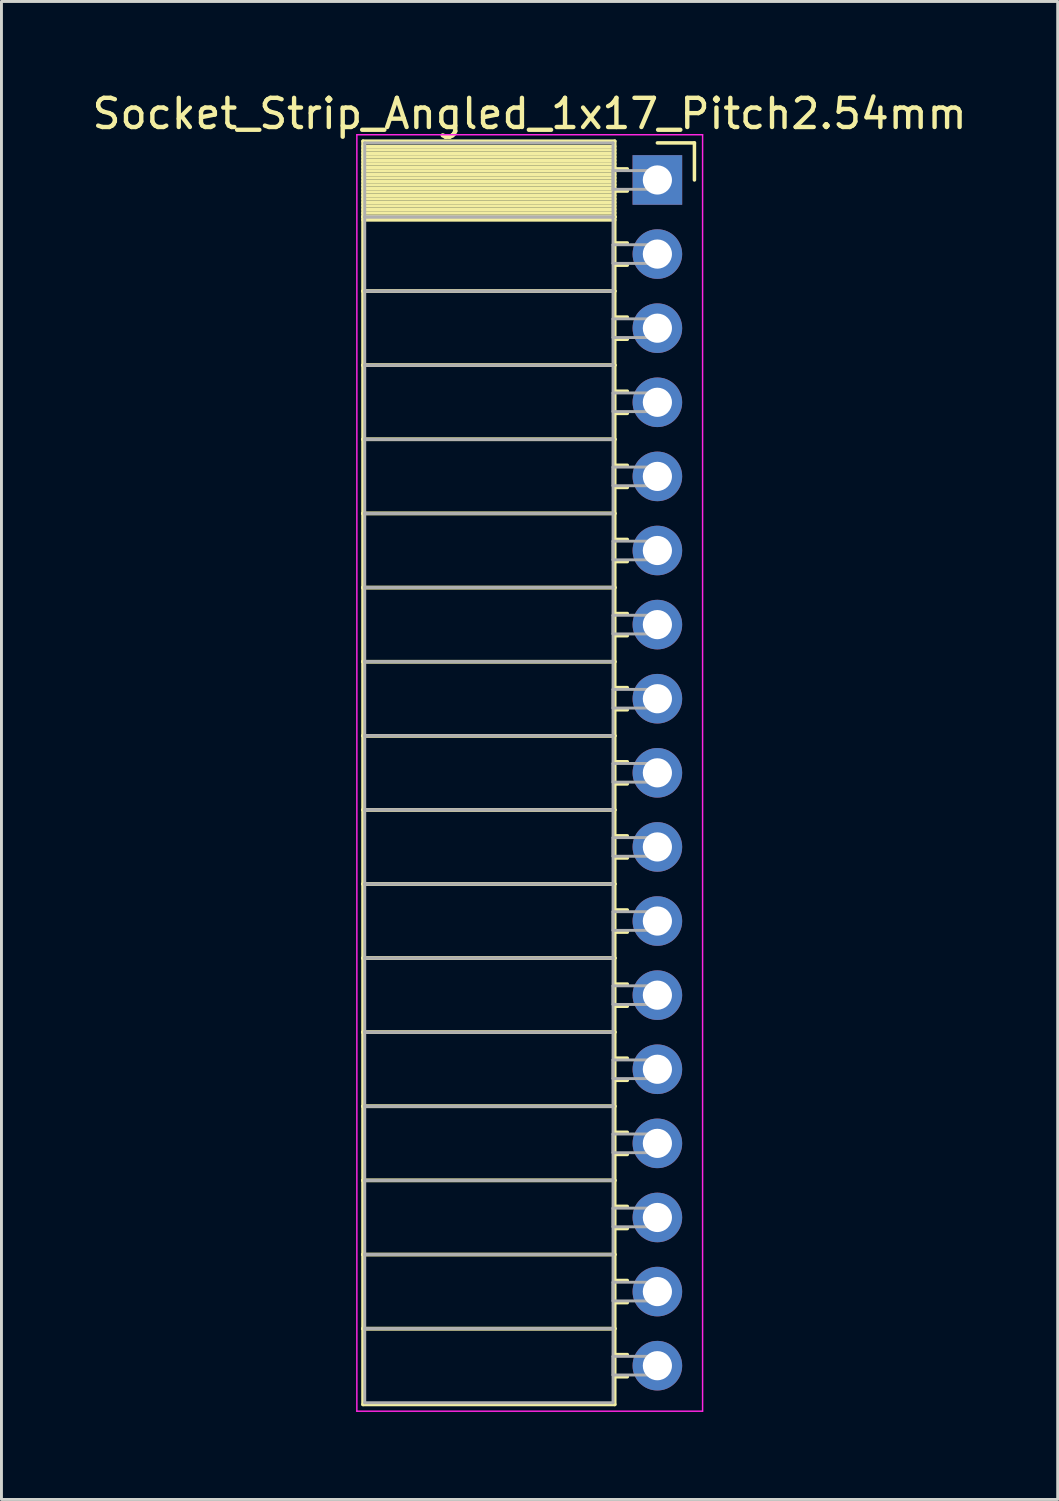
<source format=kicad_pcb>
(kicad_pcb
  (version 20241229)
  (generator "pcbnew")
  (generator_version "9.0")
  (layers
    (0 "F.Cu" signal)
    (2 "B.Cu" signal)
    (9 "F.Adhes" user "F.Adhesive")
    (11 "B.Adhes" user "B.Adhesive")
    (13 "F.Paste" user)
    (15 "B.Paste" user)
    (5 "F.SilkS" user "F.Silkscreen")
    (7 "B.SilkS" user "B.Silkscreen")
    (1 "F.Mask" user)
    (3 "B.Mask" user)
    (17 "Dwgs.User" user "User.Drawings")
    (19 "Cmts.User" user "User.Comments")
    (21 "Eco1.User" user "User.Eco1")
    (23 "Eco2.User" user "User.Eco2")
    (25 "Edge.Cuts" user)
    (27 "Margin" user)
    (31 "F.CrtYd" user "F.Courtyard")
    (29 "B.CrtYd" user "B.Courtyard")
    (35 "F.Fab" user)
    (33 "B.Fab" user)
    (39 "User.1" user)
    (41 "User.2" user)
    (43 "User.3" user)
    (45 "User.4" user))
  (footprint "Socket_Strip_Angled_1x17_Pitch2.54mm"
    (layer "F.Cu")
    (at 19.481 3.118)
    (property "Reference" "Socket_Strip_Angled_1x17_Pitch2.54mm" (at -4.38 -2.27 0) (layer "F.SilkS") (effects (font (size 1 1) (thickness 0.15))))
    (attr through_hole)
    (fp_line (start -10.09 -1.33) (end -1.46 -1.33) (stroke (width 0.12) (type solid)) (layer "F.SilkS"))
    (fp_line (start -10.09 1.27) (end -10.09 -1.33) (stroke (width 0.12) (type solid)) (layer "F.SilkS"))
    (fp_line (start -10.09 1.27) (end -1.46 1.27) (stroke (width 0.12) (type solid)) (layer "F.SilkS"))
    (fp_line (start -10.09 3.81) (end -10.09 1.27) (stroke (width 0.12) (type solid)) (layer "F.SilkS"))
    (fp_line (start -10.09 3.81) (end -1.46 3.81) (stroke (width 0.12) (type solid)) (layer "F.SilkS"))
    (fp_line (start -10.09 6.35) (end -10.09 3.81) (stroke (width 0.12) (type solid)) (layer "F.SilkS"))
    (fp_line (start -10.09 6.35) (end -1.46 6.35) (stroke (width 0.12) (type solid)) (layer "F.SilkS"))
    (fp_line (start -10.09 8.89) (end -10.09 6.35) (stroke (width 0.12) (type solid)) (layer "F.SilkS"))
    (fp_line (start -10.09 8.89) (end -1.46 8.89) (stroke (width 0.12) (type solid)) (layer "F.SilkS"))
    (fp_line (start -10.09 11.43) (end -10.09 8.89) (stroke (width 0.12) (type solid)) (layer "F.SilkS"))
    (fp_line (start -10.09 11.43) (end -1.46 11.43) (stroke (width 0.12) (type solid)) (layer "F.SilkS"))
    (fp_line (start -10.09 13.97) (end -10.09 11.43) (stroke (width 0.12) (type solid)) (layer "F.SilkS"))
    (fp_line (start -10.09 13.97) (end -1.46 13.97) (stroke (width 0.12) (type solid)) (layer "F.SilkS"))
    (fp_line (start -10.09 16.51) (end -10.09 13.97) (stroke (width 0.12) (type solid)) (layer "F.SilkS"))
    (fp_line (start -10.09 16.51) (end -1.46 16.51) (stroke (width 0.12) (type solid)) (layer "F.SilkS"))
    (fp_line (start -10.09 19.05) (end -10.09 16.51) (stroke (width 0.12) (type solid)) (layer "F.SilkS"))
    (fp_line (start -10.09 19.05) (end -1.46 19.05) (stroke (width 0.12) (type solid)) (layer "F.SilkS"))
    (fp_line (start -10.09 21.59) (end -10.09 19.05) (stroke (width 0.12) (type solid)) (layer "F.SilkS"))
    (fp_line (start -10.09 21.59) (end -1.46 21.59) (stroke (width 0.12) (type solid)) (layer "F.SilkS"))
    (fp_line (start -10.09 24.13) (end -10.09 21.59) (stroke (width 0.12) (type solid)) (layer "F.SilkS"))
    (fp_line (start -10.09 24.13) (end -1.46 24.13) (stroke (width 0.12) (type solid)) (layer "F.SilkS"))
    (fp_line (start -10.09 26.67) (end -10.09 24.13) (stroke (width 0.12) (type solid)) (layer "F.SilkS"))
    (fp_line (start -10.09 26.67) (end -1.46 26.67) (stroke (width 0.12) (type solid)) (layer "F.SilkS"))
    (fp_line (start -10.09 29.21) (end -10.09 26.67) (stroke (width 0.12) (type solid)) (layer "F.SilkS"))
    (fp_line (start -10.09 29.21) (end -1.46 29.21) (stroke (width 0.12) (type solid)) (layer "F.SilkS"))
    (fp_line (start -10.09 31.75) (end -10.09 29.21) (stroke (width 0.12) (type solid)) (layer "F.SilkS"))
    (fp_line (start -10.09 31.75) (end -1.46 31.75) (stroke (width 0.12) (type solid)) (layer "F.SilkS"))
    (fp_line (start -10.09 34.29) (end -10.09 31.75) (stroke (width 0.12) (type solid)) (layer "F.SilkS"))
    (fp_line (start -10.09 34.29) (end -1.46 34.29) (stroke (width 0.12) (type solid)) (layer "F.SilkS"))
    (fp_line (start -10.09 36.83) (end -10.09 34.29) (stroke (width 0.12) (type solid)) (layer "F.SilkS"))
    (fp_line (start -10.09 36.83) (end -1.46 36.83) (stroke (width 0.12) (type solid)) (layer "F.SilkS"))
    (fp_line (start -10.09 39.37) (end -10.09 36.83) (stroke (width 0.12) (type solid)) (layer "F.SilkS"))
    (fp_line (start -10.09 39.37) (end -1.46 39.37) (stroke (width 0.12) (type solid)) (layer "F.SilkS"))
    (fp_line (start -10.09 41.97) (end -10.09 39.37) (stroke (width 0.12) (type solid)) (layer "F.SilkS"))
    (fp_line (start -1.46 -1.33) (end -1.46 1.27) (stroke (width 0.12) (type solid)) (layer "F.SilkS"))
    (fp_line (start -1.46 -1.15) (end -10.09 -1.15) (stroke (width 0.12) (type solid)) (layer "F.SilkS"))
    (fp_line (start -1.46 -1.03) (end -10.09 -1.03) (stroke (width 0.12) (type solid)) (layer "F.SilkS"))
    (fp_line (start -1.46 -0.91) (end -10.09 -0.91) (stroke (width 0.12) (type solid)) (layer "F.SilkS"))
    (fp_line (start -1.46 -0.79) (end -10.09 -0.79) (stroke (width 0.12) (type solid)) (layer "F.SilkS"))
    (fp_line (start -1.46 -0.67) (end -10.09 -0.67) (stroke (width 0.12) (type solid)) (layer "F.SilkS"))
    (fp_line (start -1.46 -0.55) (end -10.09 -0.55) (stroke (width 0.12) (type solid)) (layer "F.SilkS"))
    (fp_line (start -1.46 -0.43) (end -10.09 -0.43) (stroke (width 0.12) (type solid)) (layer "F.SilkS"))
    (fp_line (start -1.46 -0.31) (end -10.09 -0.31) (stroke (width 0.12) (type solid)) (layer "F.SilkS"))
    (fp_line (start -1.46 -0.19) (end -10.09 -0.19) (stroke (width 0.12) (type solid)) (layer "F.SilkS"))
    (fp_line (start -1.46 -0.07) (end -10.09 -0.07) (stroke (width 0.12) (type solid)) (layer "F.SilkS"))
    (fp_line (start -1.46 0.05) (end -10.09 0.05) (stroke (width 0.12) (type solid)) (layer "F.SilkS"))
    (fp_line (start -1.46 0.17) (end -10.09 0.17) (stroke (width 0.12) (type solid)) (layer "F.SilkS"))
    (fp_line (start -1.46 0.29) (end -10.09 0.29) (stroke (width 0.12) (type solid)) (layer "F.SilkS"))
    (fp_line (start -1.46 0.41) (end -10.09 0.41) (stroke (width 0.12) (type solid)) (layer "F.SilkS"))
    (fp_line (start -1.46 0.53) (end -10.09 0.53) (stroke (width 0.12) (type solid)) (layer "F.SilkS"))
    (fp_line (start -1.46 0.65) (end -10.09 0.65) (stroke (width 0.12) (type solid)) (layer "F.SilkS"))
    (fp_line (start -1.46 0.77) (end -10.09 0.77) (stroke (width 0.12) (type solid)) (layer "F.SilkS"))
    (fp_line (start -1.46 0.89) (end -10.09 0.89) (stroke (width 0.12) (type solid)) (layer "F.SilkS"))
    (fp_line (start -1.46 1.01) (end -10.09 1.01) (stroke (width 0.12) (type solid)) (layer "F.SilkS"))
    (fp_line (start -1.46 1.13) (end -10.09 1.13) (stroke (width 0.12) (type solid)) (layer "F.SilkS"))
    (fp_line (start -1.46 1.25) (end -10.09 1.25) (stroke (width 0.12) (type solid)) (layer "F.SilkS"))
    (fp_line (start -1.46 1.27) (end -10.09 1.27) (stroke (width 0.12) (type solid)) (layer "F.SilkS"))
    (fp_line (start -1.46 1.27) (end -1.46 3.81) (stroke (width 0.12) (type solid)) (layer "F.SilkS"))
    (fp_line (start -1.46 1.37) (end -10.09 1.37) (stroke (width 0.12) (type solid)) (layer "F.SilkS"))
    (fp_line (start -1.46 3.81) (end -10.09 3.81) (stroke (width 0.12) (type solid)) (layer "F.SilkS"))
    (fp_line (start -1.46 3.81) (end -1.46 6.35) (stroke (width 0.12) (type solid)) (layer "F.SilkS"))
    (fp_line (start -1.46 6.35) (end -10.09 6.35) (stroke (width 0.12) (type solid)) (layer "F.SilkS"))
    (fp_line (start -1.46 6.35) (end -1.46 8.89) (stroke (width 0.12) (type solid)) (layer "F.SilkS"))
    (fp_line (start -1.46 8.89) (end -10.09 8.89) (stroke (width 0.12) (type solid)) (layer "F.SilkS"))
    (fp_line (start -1.46 8.89) (end -1.46 11.43) (stroke (width 0.12) (type solid)) (layer "F.SilkS"))
    (fp_line (start -1.46 11.43) (end -10.09 11.43) (stroke (width 0.12) (type solid)) (layer "F.SilkS"))
    (fp_line (start -1.46 11.43) (end -1.46 13.97) (stroke (width 0.12) (type solid)) (layer "F.SilkS"))
    (fp_line (start -1.46 13.97) (end -10.09 13.97) (stroke (width 0.12) (type solid)) (layer "F.SilkS"))
    (fp_line (start -1.46 13.97) (end -1.46 16.51) (stroke (width 0.12) (type solid)) (layer "F.SilkS"))
    (fp_line (start -1.46 16.51) (end -10.09 16.51) (stroke (width 0.12) (type solid)) (layer "F.SilkS"))
    (fp_line (start -1.46 16.51) (end -1.46 19.05) (stroke (width 0.12) (type solid)) (layer "F.SilkS"))
    (fp_line (start -1.46 19.05) (end -10.09 19.05) (stroke (width 0.12) (type solid)) (layer "F.SilkS"))
    (fp_line (start -1.46 19.05) (end -1.46 21.59) (stroke (width 0.12) (type solid)) (layer "F.SilkS"))
    (fp_line (start -1.46 21.59) (end -10.09 21.59) (stroke (width 0.12) (type solid)) (layer "F.SilkS"))
    (fp_line (start -1.46 21.59) (end -1.46 24.13) (stroke (width 0.12) (type solid)) (layer "F.SilkS"))
    (fp_line (start -1.46 24.13) (end -10.09 24.13) (stroke (width 0.12) (type solid)) (layer "F.SilkS"))
    (fp_line (start -1.46 24.13) (end -1.46 26.67) (stroke (width 0.12) (type solid)) (layer "F.SilkS"))
    (fp_line (start -1.46 26.67) (end -10.09 26.67) (stroke (width 0.12) (type solid)) (layer "F.SilkS"))
    (fp_line (start -1.46 26.67) (end -1.46 29.21) (stroke (width 0.12) (type solid)) (layer "F.SilkS"))
    (fp_line (start -1.46 29.21) (end -10.09 29.21) (stroke (width 0.12) (type solid)) (layer "F.SilkS"))
    (fp_line (start -1.46 29.21) (end -1.46 31.75) (stroke (width 0.12) (type solid)) (layer "F.SilkS"))
    (fp_line (start -1.46 31.75) (end -10.09 31.75) (stroke (width 0.12) (type solid)) (layer "F.SilkS"))
    (fp_line (start -1.46 31.75) (end -1.46 34.29) (stroke (width 0.12) (type solid)) (layer "F.SilkS"))
    (fp_line (start -1.46 34.29) (end -10.09 34.29) (stroke (width 0.12) (type solid)) (layer "F.SilkS"))
    (fp_line (start -1.46 34.29) (end -1.46 36.83) (stroke (width 0.12) (type solid)) (layer "F.SilkS"))
    (fp_line (start -1.46 36.83) (end -10.09 36.83) (stroke (width 0.12) (type solid)) (layer "F.SilkS"))
    (fp_line (start -1.46 36.83) (end -1.46 39.37) (stroke (width 0.12) (type solid)) (layer "F.SilkS"))
    (fp_line (start -1.46 39.37) (end -10.09 39.37) (stroke (width 0.12) (type solid)) (layer "F.SilkS"))
    (fp_line (start -1.46 39.37) (end -1.46 41.97) (stroke (width 0.12) (type solid)) (layer "F.SilkS"))
    (fp_line (start -1.46 41.97) (end -10.09 41.97) (stroke (width 0.12) (type solid)) (layer "F.SilkS"))
    (fp_line (start -1.03 -0.38) (end -1.46 -0.38) (stroke (width 0.12) (type solid)) (layer "F.SilkS"))
    (fp_line (start -1.03 0.38) (end -1.46 0.38) (stroke (width 0.12) (type solid)) (layer "F.SilkS"))
    (fp_line (start -1.03 2.16) (end -1.46 2.16) (stroke (width 0.12) (type solid)) (layer "F.SilkS"))
    (fp_line (start -1.03 2.92) (end -1.46 2.92) (stroke (width 0.12) (type solid)) (layer "F.SilkS"))
    (fp_line (start -1.03 4.7) (end -1.46 4.7) (stroke (width 0.12) (type solid)) (layer "F.SilkS"))
    (fp_line (start -1.03 5.46) (end -1.46 5.46) (stroke (width 0.12) (type solid)) (layer "F.SilkS"))
    (fp_line (start -1.03 7.24) (end -1.46 7.24) (stroke (width 0.12) (type solid)) (layer "F.SilkS"))
    (fp_line (start -1.03 8) (end -1.46 8) (stroke (width 0.12) (type solid)) (layer "F.SilkS"))
    (fp_line (start -1.03 9.78) (end -1.46 9.78) (stroke (width 0.12) (type solid)) (layer "F.SilkS"))
    (fp_line (start -1.03 10.54) (end -1.46 10.54) (stroke (width 0.12) (type solid)) (layer "F.SilkS"))
    (fp_line (start -1.03 12.32) (end -1.46 12.32) (stroke (width 0.12) (type solid)) (layer "F.SilkS"))
    (fp_line (start -1.03 13.08) (end -1.46 13.08) (stroke (width 0.12) (type solid)) (layer "F.SilkS"))
    (fp_line (start -1.03 14.86) (end -1.46 14.86) (stroke (width 0.12) (type solid)) (layer "F.SilkS"))
    (fp_line (start -1.03 15.62) (end -1.46 15.62) (stroke (width 0.12) (type solid)) (layer "F.SilkS"))
    (fp_line (start -1.03 17.4) (end -1.46 17.4) (stroke (width 0.12) (type solid)) (layer "F.SilkS"))
    (fp_line (start -1.03 18.16) (end -1.46 18.16) (stroke (width 0.12) (type solid)) (layer "F.SilkS"))
    (fp_line (start -1.03 19.94) (end -1.46 19.94) (stroke (width 0.12) (type solid)) (layer "F.SilkS"))
    (fp_line (start -1.03 20.7) (end -1.46 20.7) (stroke (width 0.12) (type solid)) (layer "F.SilkS"))
    (fp_line (start -1.03 22.48) (end -1.46 22.48) (stroke (width 0.12) (type solid)) (layer "F.SilkS"))
    (fp_line (start -1.03 23.24) (end -1.46 23.24) (stroke (width 0.12) (type solid)) (layer "F.SilkS"))
    (fp_line (start -1.03 25.02) (end -1.46 25.02) (stroke (width 0.12) (type solid)) (layer "F.SilkS"))
    (fp_line (start -1.03 25.78) (end -1.46 25.78) (stroke (width 0.12) (type solid)) (layer "F.SilkS"))
    (fp_line (start -1.03 27.56) (end -1.46 27.56) (stroke (width 0.12) (type solid)) (layer "F.SilkS"))
    (fp_line (start -1.03 28.32) (end -1.46 28.32) (stroke (width 0.12) (type solid)) (layer "F.SilkS"))
    (fp_line (start -1.03 30.1) (end -1.46 30.1) (stroke (width 0.12) (type solid)) (layer "F.SilkS"))
    (fp_line (start -1.03 30.86) (end -1.46 30.86) (stroke (width 0.12) (type solid)) (layer "F.SilkS"))
    (fp_line (start -1.03 32.64) (end -1.46 32.64) (stroke (width 0.12) (type solid)) (layer "F.SilkS"))
    (fp_line (start -1.03 33.4) (end -1.46 33.4) (stroke (width 0.12) (type solid)) (layer "F.SilkS"))
    (fp_line (start -1.03 35.18) (end -1.46 35.18) (stroke (width 0.12) (type solid)) (layer "F.SilkS"))
    (fp_line (start -1.03 35.94) (end -1.46 35.94) (stroke (width 0.12) (type solid)) (layer "F.SilkS"))
    (fp_line (start -1.03 37.72) (end -1.46 37.72) (stroke (width 0.12) (type solid)) (layer "F.SilkS"))
    (fp_line (start -1.03 38.48) (end -1.46 38.48) (stroke (width 0.12) (type solid)) (layer "F.SilkS"))
    (fp_line (start -1.03 40.26) (end -1.46 40.26) (stroke (width 0.12) (type solid)) (layer "F.SilkS"))
    (fp_line (start -1.03 41.02) (end -1.46 41.02) (stroke (width 0.12) (type solid)) (layer "F.SilkS"))
    (fp_line (start 0 -1.27) (end 1.27 -1.27) (stroke (width 0.12) (type solid)) (layer "F.SilkS"))
    (fp_line (start 1.27 -1.27) (end 1.27 0) (stroke (width 0.12) (type solid)) (layer "F.SilkS"))
    (fp_line (start -10.3 -1.55) (end 1.55 -1.55) (stroke (width 0.05) (type solid)) (layer "F.CrtYd"))
    (fp_line (start -10.3 42.2) (end -10.3 -1.55) (stroke (width 0.05) (type solid)) (layer "F.CrtYd"))
    (fp_line (start 1.55 -1.55) (end 1.55 42.2) (stroke (width 0.05) (type solid)) (layer "F.CrtYd"))
    (fp_line (start 1.55 42.2) (end -10.3 42.2) (stroke (width 0.05) (type solid)) (layer "F.CrtYd"))
    (fp_line (start -10.03 -1.27) (end -1.52 -1.27) (stroke (width 0.1) (type solid)) (layer "F.Fab"))
    (fp_line (start -10.03 1.27) (end -10.03 -1.27) (stroke (width 0.1) (type solid)) (layer "F.Fab"))
    (fp_line (start -10.03 1.27) (end -1.52 1.27) (stroke (width 0.1) (type solid)) (layer "F.Fab"))
    (fp_line (start -10.03 3.81) (end -10.03 1.27) (stroke (width 0.1) (type solid)) (layer "F.Fab"))
    (fp_line (start -10.03 3.81) (end -1.52 3.81) (stroke (width 0.1) (type solid)) (layer "F.Fab"))
    (fp_line (start -10.03 6.35) (end -10.03 3.81) (stroke (width 0.1) (type solid)) (layer "F.Fab"))
    (fp_line (start -10.03 6.35) (end -1.52 6.35) (stroke (width 0.1) (type solid)) (layer "F.Fab"))
    (fp_line (start -10.03 8.89) (end -10.03 6.35) (stroke (width 0.1) (type solid)) (layer "F.Fab"))
    (fp_line (start -10.03 8.89) (end -1.52 8.89) (stroke (width 0.1) (type solid)) (layer "F.Fab"))
    (fp_line (start -10.03 11.43) (end -10.03 8.89) (stroke (width 0.1) (type solid)) (layer "F.Fab"))
    (fp_line (start -10.03 11.43) (end -1.52 11.43) (stroke (width 0.1) (type solid)) (layer "F.Fab"))
    (fp_line (start -10.03 13.97) (end -10.03 11.43) (stroke (width 0.1) (type solid)) (layer "F.Fab"))
    (fp_line (start -10.03 13.97) (end -1.52 13.97) (stroke (width 0.1) (type solid)) (layer "F.Fab"))
    (fp_line (start -10.03 16.51) (end -10.03 13.97) (stroke (width 0.1) (type solid)) (layer "F.Fab"))
    (fp_line (start -10.03 16.51) (end -1.52 16.51) (stroke (width 0.1) (type solid)) (layer "F.Fab"))
    (fp_line (start -10.03 19.05) (end -10.03 16.51) (stroke (width 0.1) (type solid)) (layer "F.Fab"))
    (fp_line (start -10.03 19.05) (end -1.52 19.05) (stroke (width 0.1) (type solid)) (layer "F.Fab"))
    (fp_line (start -10.03 21.59) (end -10.03 19.05) (stroke (width 0.1) (type solid)) (layer "F.Fab"))
    (fp_line (start -10.03 21.59) (end -1.52 21.59) (stroke (width 0.1) (type solid)) (layer "F.Fab"))
    (fp_line (start -10.03 24.13) (end -10.03 21.59) (stroke (width 0.1) (type solid)) (layer "F.Fab"))
    (fp_line (start -10.03 24.13) (end -1.52 24.13) (stroke (width 0.1) (type solid)) (layer "F.Fab"))
    (fp_line (start -10.03 26.67) (end -10.03 24.13) (stroke (width 0.1) (type solid)) (layer "F.Fab"))
    (fp_line (start -10.03 26.67) (end -1.52 26.67) (stroke (width 0.1) (type solid)) (layer "F.Fab"))
    (fp_line (start -10.03 29.21) (end -10.03 26.67) (stroke (width 0.1) (type solid)) (layer "F.Fab"))
    (fp_line (start -10.03 29.21) (end -1.52 29.21) (stroke (width 0.1) (type solid)) (layer "F.Fab"))
    (fp_line (start -10.03 31.75) (end -10.03 29.21) (stroke (width 0.1) (type solid)) (layer "F.Fab"))
    (fp_line (start -10.03 31.75) (end -1.52 31.75) (stroke (width 0.1) (type solid)) (layer "F.Fab"))
    (fp_line (start -10.03 34.29) (end -10.03 31.75) (stroke (width 0.1) (type solid)) (layer "F.Fab"))
    (fp_line (start -10.03 34.29) (end -1.52 34.29) (stroke (width 0.1) (type solid)) (layer "F.Fab"))
    (fp_line (start -10.03 36.83) (end -10.03 34.29) (stroke (width 0.1) (type solid)) (layer "F.Fab"))
    (fp_line (start -10.03 36.83) (end -1.52 36.83) (stroke (width 0.1) (type solid)) (layer "F.Fab"))
    (fp_line (start -10.03 39.37) (end -10.03 36.83) (stroke (width 0.1) (type solid)) (layer "F.Fab"))
    (fp_line (start -10.03 39.37) (end -1.52 39.37) (stroke (width 0.1) (type solid)) (layer "F.Fab"))
    (fp_line (start -10.03 41.91) (end -10.03 39.37) (stroke (width 0.1) (type solid)) (layer "F.Fab"))
    (fp_line (start -1.52 -1.27) (end -1.52 1.27) (stroke (width 0.1) (type solid)) (layer "F.Fab"))
    (fp_line (start -1.52 -0.32) (end 0 -0.32) (stroke (width 0.1) (type solid)) (layer "F.Fab"))
    (fp_line (start -1.52 0.32) (end -1.52 -0.32) (stroke (width 0.1) (type solid)) (layer "F.Fab"))
    (fp_line (start -1.52 1.27) (end -10.03 1.27) (stroke (width 0.1) (type solid)) (layer "F.Fab"))
    (fp_line (start -1.52 1.27) (end -1.52 3.81) (stroke (width 0.1) (type solid)) (layer "F.Fab"))
    (fp_line (start -1.52 2.22) (end 0 2.22) (stroke (width 0.1) (type solid)) (layer "F.Fab"))
    (fp_line (start -1.52 2.86) (end -1.52 2.22) (stroke (width 0.1) (type solid)) (layer "F.Fab"))
    (fp_line (start -1.52 3.81) (end -10.03 3.81) (stroke (width 0.1) (type solid)) (layer "F.Fab"))
    (fp_line (start -1.52 3.81) (end -1.52 6.35) (stroke (width 0.1) (type solid)) (layer "F.Fab"))
    (fp_line (start -1.52 4.76) (end 0 4.76) (stroke (width 0.1) (type solid)) (layer "F.Fab"))
    (fp_line (start -1.52 5.4) (end -1.52 4.76) (stroke (width 0.1) (type solid)) (layer "F.Fab"))
    (fp_line (start -1.52 6.35) (end -10.03 6.35) (stroke (width 0.1) (type solid)) (layer "F.Fab"))
    (fp_line (start -1.52 6.35) (end -1.52 8.89) (stroke (width 0.1) (type solid)) (layer "F.Fab"))
    (fp_line (start -1.52 7.3) (end 0 7.3) (stroke (width 0.1) (type solid)) (layer "F.Fab"))
    (fp_line (start -1.52 7.94) (end -1.52 7.3) (stroke (width 0.1) (type solid)) (layer "F.Fab"))
    (fp_line (start -1.52 8.89) (end -10.03 8.89) (stroke (width 0.1) (type solid)) (layer "F.Fab"))
    (fp_line (start -1.52 8.89) (end -1.52 11.43) (stroke (width 0.1) (type solid)) (layer "F.Fab"))
    (fp_line (start -1.52 9.84) (end 0 9.84) (stroke (width 0.1) (type solid)) (layer "F.Fab"))
    (fp_line (start -1.52 10.48) (end -1.52 9.84) (stroke (width 0.1) (type solid)) (layer "F.Fab"))
    (fp_line (start -1.52 11.43) (end -10.03 11.43) (stroke (width 0.1) (type solid)) (layer "F.Fab"))
    (fp_line (start -1.52 11.43) (end -1.52 13.97) (stroke (width 0.1) (type solid)) (layer "F.Fab"))
    (fp_line (start -1.52 12.38) (end 0 12.38) (stroke (width 0.1) (type solid)) (layer "F.Fab"))
    (fp_line (start -1.52 13.02) (end -1.52 12.38) (stroke (width 0.1) (type solid)) (layer "F.Fab"))
    (fp_line (start -1.52 13.97) (end -10.03 13.97) (stroke (width 0.1) (type solid)) (layer "F.Fab"))
    (fp_line (start -1.52 13.97) (end -1.52 16.51) (stroke (width 0.1) (type solid)) (layer "F.Fab"))
    (fp_line (start -1.52 14.92) (end 0 14.92) (stroke (width 0.1) (type solid)) (layer "F.Fab"))
    (fp_line (start -1.52 15.56) (end -1.52 14.92) (stroke (width 0.1) (type solid)) (layer "F.Fab"))
    (fp_line (start -1.52 16.51) (end -10.03 16.51) (stroke (width 0.1) (type solid)) (layer "F.Fab"))
    (fp_line (start -1.52 16.51) (end -1.52 19.05) (stroke (width 0.1) (type solid)) (layer "F.Fab"))
    (fp_line (start -1.52 17.46) (end 0 17.46) (stroke (width 0.1) (type solid)) (layer "F.Fab"))
    (fp_line (start -1.52 18.1) (end -1.52 17.46) (stroke (width 0.1) (type solid)) (layer "F.Fab"))
    (fp_line (start -1.52 19.05) (end -10.03 19.05) (stroke (width 0.1) (type solid)) (layer "F.Fab"))
    (fp_line (start -1.52 19.05) (end -1.52 21.59) (stroke (width 0.1) (type solid)) (layer "F.Fab"))
    (fp_line (start -1.52 20) (end 0 20) (stroke (width 0.1) (type solid)) (layer "F.Fab"))
    (fp_line (start -1.52 20.64) (end -1.52 20) (stroke (width 0.1) (type solid)) (layer "F.Fab"))
    (fp_line (start -1.52 21.59) (end -10.03 21.59) (stroke (width 0.1) (type solid)) (layer "F.Fab"))
    (fp_line (start -1.52 21.59) (end -1.52 24.13) (stroke (width 0.1) (type solid)) (layer "F.Fab"))
    (fp_line (start -1.52 22.54) (end 0 22.54) (stroke (width 0.1) (type solid)) (layer "F.Fab"))
    (fp_line (start -1.52 23.18) (end -1.52 22.54) (stroke (width 0.1) (type solid)) (layer "F.Fab"))
    (fp_line (start -1.52 24.13) (end -10.03 24.13) (stroke (width 0.1) (type solid)) (layer "F.Fab"))
    (fp_line (start -1.52 24.13) (end -1.52 26.67) (stroke (width 0.1) (type solid)) (layer "F.Fab"))
    (fp_line (start -1.52 25.08) (end 0 25.08) (stroke (width 0.1) (type solid)) (layer "F.Fab"))
    (fp_line (start -1.52 25.72) (end -1.52 25.08) (stroke (width 0.1) (type solid)) (layer "F.Fab"))
    (fp_line (start -1.52 26.67) (end -10.03 26.67) (stroke (width 0.1) (type solid)) (layer "F.Fab"))
    (fp_line (start -1.52 26.67) (end -1.52 29.21) (stroke (width 0.1) (type solid)) (layer "F.Fab"))
    (fp_line (start -1.52 27.62) (end 0 27.62) (stroke (width 0.1) (type solid)) (layer "F.Fab"))
    (fp_line (start -1.52 28.26) (end -1.52 27.62) (stroke (width 0.1) (type solid)) (layer "F.Fab"))
    (fp_line (start -1.52 29.21) (end -10.03 29.21) (stroke (width 0.1) (type solid)) (layer "F.Fab"))
    (fp_line (start -1.52 29.21) (end -1.52 31.75) (stroke (width 0.1) (type solid)) (layer "F.Fab"))
    (fp_line (start -1.52 30.16) (end 0 30.16) (stroke (width 0.1) (type solid)) (layer "F.Fab"))
    (fp_line (start -1.52 30.8) (end -1.52 30.16) (stroke (width 0.1) (type solid)) (layer "F.Fab"))
    (fp_line (start -1.52 31.75) (end -10.03 31.75) (stroke (width 0.1) (type solid)) (layer "F.Fab"))
    (fp_line (start -1.52 31.75) (end -1.52 34.29) (stroke (width 0.1) (type solid)) (layer "F.Fab"))
    (fp_line (start -1.52 32.7) (end 0 32.7) (stroke (width 0.1) (type solid)) (layer "F.Fab"))
    (fp_line (start -1.52 33.34) (end -1.52 32.7) (stroke (width 0.1) (type solid)) (layer "F.Fab"))
    (fp_line (start -1.52 34.29) (end -10.03 34.29) (stroke (width 0.1) (type solid)) (layer "F.Fab"))
    (fp_line (start -1.52 34.29) (end -1.52 36.83) (stroke (width 0.1) (type solid)) (layer "F.Fab"))
    (fp_line (start -1.52 35.24) (end 0 35.24) (stroke (width 0.1) (type solid)) (layer "F.Fab"))
    (fp_line (start -1.52 35.88) (end -1.52 35.24) (stroke (width 0.1) (type solid)) (layer "F.Fab"))
    (fp_line (start -1.52 36.83) (end -10.03 36.83) (stroke (width 0.1) (type solid)) (layer "F.Fab"))
    (fp_line (start -1.52 36.83) (end -1.52 39.37) (stroke (width 0.1) (type solid)) (layer "F.Fab"))
    (fp_line (start -1.52 37.78) (end 0 37.78) (stroke (width 0.1) (type solid)) (layer "F.Fab"))
    (fp_line (start -1.52 38.42) (end -1.52 37.78) (stroke (width 0.1) (type solid)) (layer "F.Fab"))
    (fp_line (start -1.52 39.37) (end -10.03 39.37) (stroke (width 0.1) (type solid)) (layer "F.Fab"))
    (fp_line (start -1.52 39.37) (end -1.52 41.91) (stroke (width 0.1) (type solid)) (layer "F.Fab"))
    (fp_line (start -1.52 40.32) (end 0 40.32) (stroke (width 0.1) (type solid)) (layer "F.Fab"))
    (fp_line (start -1.52 40.96) (end -1.52 40.32) (stroke (width 0.1) (type solid)) (layer "F.Fab"))
    (fp_line (start -1.52 41.91) (end -10.03 41.91) (stroke (width 0.1) (type solid)) (layer "F.Fab"))
    (fp_line (start 0 -0.32) (end 0 0.32) (stroke (width 0.1) (type solid)) (layer "F.Fab"))
    (fp_line (start 0 0.32) (end -1.52 0.32) (stroke (width 0.1) (type solid)) (layer "F.Fab"))
    (fp_line (start 0 2.22) (end 0 2.86) (stroke (width 0.1) (type solid)) (layer "F.Fab"))
    (fp_line (start 0 2.86) (end -1.52 2.86) (stroke (width 0.1) (type solid)) (layer "F.Fab"))
    (fp_line (start 0 4.76) (end 0 5.4) (stroke (width 0.1) (type solid)) (layer "F.Fab"))
    (fp_line (start 0 5.4) (end -1.52 5.4) (stroke (width 0.1) (type solid)) (layer "F.Fab"))
    (fp_line (start 0 7.3) (end 0 7.94) (stroke (width 0.1) (type solid)) (layer "F.Fab"))
    (fp_line (start 0 7.94) (end -1.52 7.94) (stroke (width 0.1) (type solid)) (layer "F.Fab"))
    (fp_line (start 0 9.84) (end 0 10.48) (stroke (width 0.1) (type solid)) (layer "F.Fab"))
    (fp_line (start 0 10.48) (end -1.52 10.48) (stroke (width 0.1) (type solid)) (layer "F.Fab"))
    (fp_line (start 0 12.38) (end 0 13.02) (stroke (width 0.1) (type solid)) (layer "F.Fab"))
    (fp_line (start 0 13.02) (end -1.52 13.02) (stroke (width 0.1) (type solid)) (layer "F.Fab"))
    (fp_line (start 0 14.92) (end 0 15.56) (stroke (width 0.1) (type solid)) (layer "F.Fab"))
    (fp_line (start 0 15.56) (end -1.52 15.56) (stroke (width 0.1) (type solid)) (layer "F.Fab"))
    (fp_line (start 0 17.46) (end 0 18.1) (stroke (width 0.1) (type solid)) (layer "F.Fab"))
    (fp_line (start 0 18.1) (end -1.52 18.1) (stroke (width 0.1) (type solid)) (layer "F.Fab"))
    (fp_line (start 0 20) (end 0 20.64) (stroke (width 0.1) (type solid)) (layer "F.Fab"))
    (fp_line (start 0 20.64) (end -1.52 20.64) (stroke (width 0.1) (type solid)) (layer "F.Fab"))
    (fp_line (start 0 22.54) (end 0 23.18) (stroke (width 0.1) (type solid)) (layer "F.Fab"))
    (fp_line (start 0 23.18) (end -1.52 23.18) (stroke (width 0.1) (type solid)) (layer "F.Fab"))
    (fp_line (start 0 25.08) (end 0 25.72) (stroke (width 0.1) (type solid)) (layer "F.Fab"))
    (fp_line (start 0 25.72) (end -1.52 25.72) (stroke (width 0.1) (type solid)) (layer "F.Fab"))
    (fp_line (start 0 27.62) (end 0 28.26) (stroke (width 0.1) (type solid)) (layer "F.Fab"))
    (fp_line (start 0 28.26) (end -1.52 28.26) (stroke (width 0.1) (type solid)) (layer "F.Fab"))
    (fp_line (start 0 30.16) (end 0 30.8) (stroke (width 0.1) (type solid)) (layer "F.Fab"))
    (fp_line (start 0 30.8) (end -1.52 30.8) (stroke (width 0.1) (type solid)) (layer "F.Fab"))
    (fp_line (start 0 32.7) (end 0 33.34) (stroke (width 0.1) (type solid)) (layer "F.Fab"))
    (fp_line (start 0 33.34) (end -1.52 33.34) (stroke (width 0.1) (type solid)) (layer "F.Fab"))
    (fp_line (start 0 35.24) (end 0 35.88) (stroke (width 0.1) (type solid)) (layer "F.Fab"))
    (fp_line (start 0 35.88) (end -1.52 35.88) (stroke (width 0.1) (type solid)) (layer "F.Fab"))
    (fp_line (start 0 37.78) (end 0 38.42) (stroke (width 0.1) (type solid)) (layer "F.Fab"))
    (fp_line (start 0 38.42) (end -1.52 38.42) (stroke (width 0.1) (type solid)) (layer "F.Fab"))
    (fp_line (start 0 40.32) (end 0 40.96) (stroke (width 0.1) (type solid)) (layer "F.Fab"))
    (fp_line (start 0 40.96) (end -1.52 40.96) (stroke (width 0.1) (type solid)) (layer "F.Fab"))
    (pad "1" thru_hole rect (at 0 0) (size 1.7 1.7) (drill 1) (layers "*.Cu" "*.Mask"))
    (pad "2" thru_hole oval (at 0 2.54) (size 1.7 1.7) (drill 1) (layers "*.Cu" "*.Mask"))
    (pad "3" thru_hole oval (at 0 5.08) (size 1.7 1.7) (drill 1) (layers "*.Cu" "*.Mask"))
    (pad "4" thru_hole oval (at 0 7.62) (size 1.7 1.7) (drill 1) (layers "*.Cu" "*.Mask"))
    (pad "5" thru_hole oval (at 0 10.16) (size 1.7 1.7) (drill 1) (layers "*.Cu" "*.Mask"))
    (pad "6" thru_hole oval (at 0 12.7) (size 1.7 1.7) (drill 1) (layers "*.Cu" "*.Mask"))
    (pad "7" thru_hole oval (at 0 15.24) (size 1.7 1.7) (drill 1) (layers "*.Cu" "*.Mask"))
    (pad "8" thru_hole oval (at 0 17.78) (size 1.7 1.7) (drill 1) (layers "*.Cu" "*.Mask"))
    (pad "9" thru_hole oval (at 0 20.32) (size 1.7 1.7) (drill 1) (layers "*.Cu" "*.Mask"))
    (pad "10" thru_hole oval (at 0 22.86) (size 1.7 1.7) (drill 1) (layers "*.Cu" "*.Mask"))
    (pad "11" thru_hole oval (at 0 25.4) (size 1.7 1.7) (drill 1) (layers "*.Cu" "*.Mask"))
    (pad "12" thru_hole oval (at 0 27.94) (size 1.7 1.7) (drill 1) (layers "*.Cu" "*.Mask"))
    (pad "13" thru_hole oval (at 0 30.48) (size 1.7 1.7) (drill 1) (layers "*.Cu" "*.Mask"))
    (pad "14" thru_hole oval (at 0 33.02) (size 1.7 1.7) (drill 1) (layers "*.Cu" "*.Mask"))
    (pad "15" thru_hole oval (at 0 35.56) (size 1.7 1.7) (drill 1) (layers "*.Cu" "*.Mask"))
    (pad "16" thru_hole oval (at 0 38.1) (size 1.7 1.7) (drill 1) (layers "*.Cu" "*.Mask"))
    (pad "17" thru_hole oval (at 0 40.64) (size 1.7 1.7) (drill 1) (layers "*.Cu" "*.Mask")))
  (gr_rect
    (start -3 -3)
    (end 33.202 48.343)
    (stroke (width 0.1) (type default))
    (fill no)
    (layer "Edge.Cuts")))
</source>
